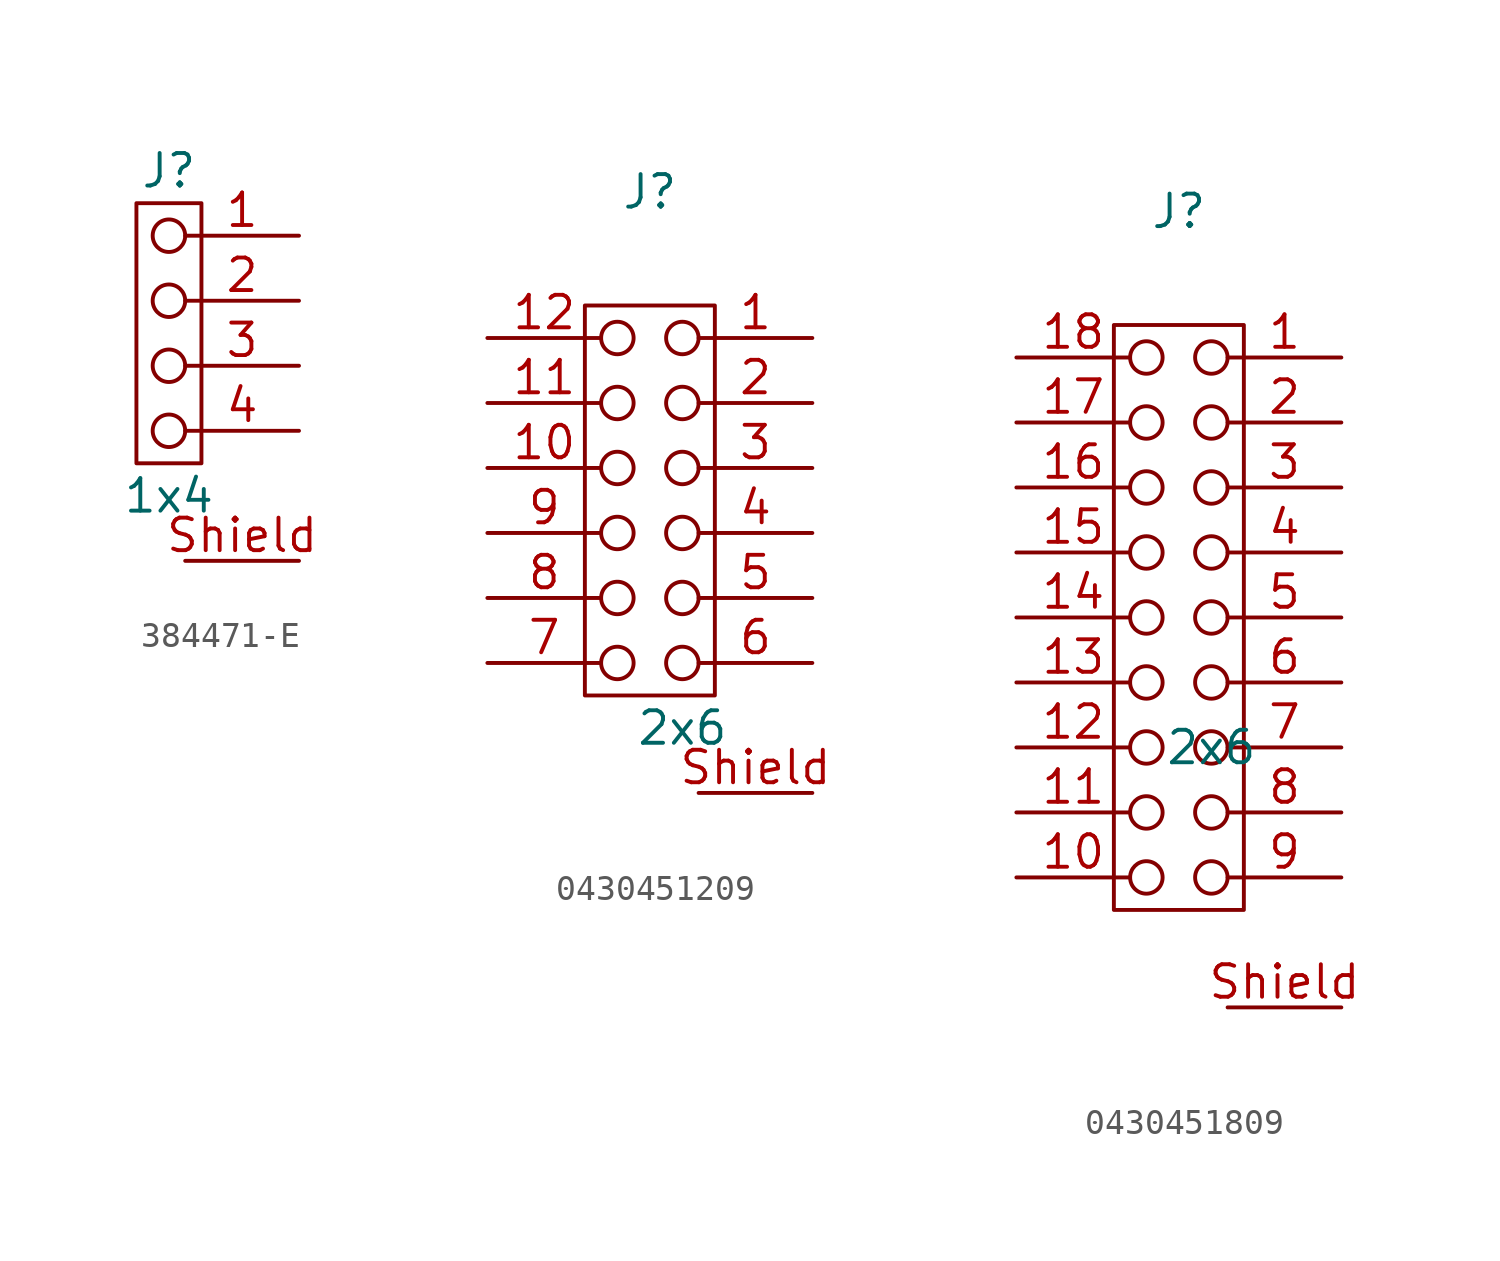
<source format=kicad_sym>
(kicad_symbol_lib
  (version 20241209)
  (generator "kicad_symbol_editor")
  (generator_version "9.0")
  (symbol "384471-E"
    (property "Reference" "J"
      (at 0 10.16 0)
      (effects (font (size 1.27 1.27))))
    (property "Value" "1x4"
      (at 0 -2.54 0)
      (effects (font (size 1.27 1.27))))
    (symbol "384471-E_0_1"
      (rectangle (start -1.27 8.89) (end 1.27 -1.27) (stroke (width 0) (type default)) (fill (type none)))
      (circle (center 0 7.62) (radius 0.635) (stroke (width 0) (type default)) (fill (type none)))
      (circle (center 0 5.08) (radius 0.635) (stroke (width 0) (type default)) (fill (type none)))
      (circle (center 0 2.54) (radius 0.635) (stroke (width 0) (type default)) (fill (type none)))
      (circle (center 0 0) (radius 0.635) (stroke (width 0) (type default)) (fill (type none))))
    (symbol "384471-E_1_1"
      (pin bidirectional line (at 5.08 7.62 180) (length 4.445) (name "1" (effects (font (size 0 0)))) (number "1" (effects (font (size 1.27 1.27)))))
      (pin bidirectional line (at 5.08 5.08 180) (length 4.445) (name "2" (effects (font (size 0 0)))) (number "2" (effects (font (size 1.27 1.27)))))
      (pin bidirectional line (at 5.08 2.54 180) (length 4.445) (name "3" (effects (font (size 0 0)))) (number "3" (effects (font (size 1.27 1.27)))))
      (pin bidirectional line (at 5.08 0 180) (length 4.445) (name "4" (effects (font (size 0 0)))) (number "4" (effects (font (size 1.27 1.27)))))
      (pin bidirectional line (at 5.08 -5.08 180) (length 4.445) (name "Shield" (effects (font (size 0 0)))) (number "Shield" (effects (font (size 1.27 1.27)))))))
  (symbol "0430451209"
    (property "Reference" "J"
      (at -1.27 18.415 0)
      (effects (font (size 1.27 1.27))))
    (property "Value" "2x6"
      (at 0 -2.54 0)
      (effects (font (size 1.27 1.27))))
    (symbol "0430451209_0_1"
      (rectangle (start -3.81 13.97) (end 1.27 -1.27) (stroke (width 0) (type default)) (fill (type none)))
      (circle (center -2.54 12.7) (radius 0.635) (stroke (width 0) (type default)) (fill (type none)))
      (circle (center -2.54 10.16) (radius 0.635) (stroke (width 0) (type default)) (fill (type none)))
      (circle (center -2.54 7.62) (radius 0.635) (stroke (width 0) (type default)) (fill (type none)))
      (circle (center -2.54 5.08) (radius 0.635) (stroke (width 0) (type default)) (fill (type none)))
      (circle (center -2.54 2.54) (radius 0.635) (stroke (width 0) (type default)) (fill (type none)))
      (circle (center -2.54 0) (radius 0.635) (stroke (width 0) (type default)) (fill (type none)))
      (circle (center 0 12.7) (radius 0.635) (stroke (width 0) (type default)) (fill (type none)))
      (circle (center 0 10.16) (radius 0.635) (stroke (width 0) (type default)) (fill (type none)))
      (circle (center 0 7.62) (radius 0.635) (stroke (width 0) (type default)) (fill (type none)))
      (circle (center 0 5.08) (radius 0.635) (stroke (width 0) (type default)) (fill (type none)))
      (circle (center 0 2.54) (radius 0.635) (stroke (width 0) (type default)) (fill (type none)))
      (circle (center 0 0) (radius 0.635) (stroke (width 0) (type default)) (fill (type none))))
    (symbol "0430451209_1_1"
      (pin bidirectional line (at -7.62 12.7 0) (length 4.445) (name "12" (effects (font (size 0 0)))) (number "12" (effects (font (size 1.27 1.27)))))
      (pin bidirectional line (at -7.62 10.16 0) (length 4.445) (name "11" (effects (font (size 0 0)))) (number "11" (effects (font (size 1.27 1.27)))))
      (pin bidirectional line (at -7.62 7.62 0) (length 4.445) (name "10" (effects (font (size 0 0)))) (number "10" (effects (font (size 1.27 1.27)))))
      (pin bidirectional line (at -7.62 5.08 0) (length 4.445) (name "9" (effects (font (size 0 0)))) (number "9" (effects (font (size 1.27 1.27)))))
      (pin bidirectional line (at -7.62 2.54 0) (length 4.445) (name "8" (effects (font (size 0 0)))) (number "8" (effects (font (size 1.27 1.27)))))
      (pin bidirectional line (at -7.62 0 0) (length 4.445) (name "7" (effects (font (size 0 0)))) (number "7" (effects (font (size 1.27 1.27)))))
      (pin bidirectional line (at 5.08 12.7 180) (length 4.445) (name "1" (effects (font (size 0 0)))) (number "1" (effects (font (size 1.27 1.27)))))
      (pin bidirectional line (at 5.08 10.16 180) (length 4.445) (name "2" (effects (font (size 0 0)))) (number "2" (effects (font (size 1.27 1.27)))))
      (pin bidirectional line (at 5.08 7.62 180) (length 4.445) (name "3" (effects (font (size 0 0)))) (number "3" (effects (font (size 1.27 1.27)))))
      (pin bidirectional line (at 5.08 5.08 180) (length 4.445) (name "4" (effects (font (size 0 0)))) (number "4" (effects (font (size 1.27 1.27)))))
      (pin bidirectional line (at 5.08 2.54 180) (length 4.445) (name "5" (effects (font (size 0 0)))) (number "5" (effects (font (size 1.27 1.27)))))
      (pin bidirectional line (at 5.08 0 180) (length 4.445) (name "4" (effects (font (size 0 0)))) (number "6" (effects (font (size 1.27 1.27)))))
      (pin bidirectional line (at 5.08 -5.08 180) (length 4.445) (name "Shield" (effects (font (size 0 0)))) (number "Shield" (effects (font (size 1.27 1.27)))))))
  (symbol "0430451809"
    (property "Reference" "J"
      (at -1.27 18.415 0)
      (effects (font (size 1.27 1.27))))
    (property "Value" "2x6"
      (at 0 -2.54 0)
      (effects (font (size 1.27 1.27))))
    (symbol "0430451809_0_1"
      (rectangle (start -3.81 13.97) (end 1.27 -8.89) (stroke (width 0) (type default)) (fill (type none)))
      (circle (center -2.54 12.7) (radius 0.635) (stroke (width 0) (type default)) (fill (type none)))
      (circle (center -2.54 10.16) (radius 0.635) (stroke (width 0) (type default)) (fill (type none)))
      (circle (center -2.54 7.62) (radius 0.635) (stroke (width 0) (type default)) (fill (type none)))
      (circle (center -2.54 5.08) (radius 0.635) (stroke (width 0) (type default)) (fill (type none)))
      (circle (center -2.54 2.54) (radius 0.635) (stroke (width 0) (type default)) (fill (type none)))
      (circle (center -2.54 0) (radius 0.635) (stroke (width 0) (type default)) (fill (type none)))
      (circle (center -2.54 -2.54) (radius 0.635) (stroke (width 0) (type default)) (fill (type none)))
      (circle (center -2.54 -5.08) (radius 0.635) (stroke (width 0) (type default)) (fill (type none)))
      (circle (center -2.54 -7.62) (radius 0.635) (stroke (width 0) (type default)) (fill (type none)))
      (circle (center 0 12.7) (radius 0.635) (stroke (width 0) (type default)) (fill (type none)))
      (circle (center 0 10.16) (radius 0.635) (stroke (width 0) (type default)) (fill (type none)))
      (circle (center 0 7.62) (radius 0.635) (stroke (width 0) (type default)) (fill (type none)))
      (circle (center 0 5.08) (radius 0.635) (stroke (width 0) (type default)) (fill (type none)))
      (circle (center 0 2.54) (radius 0.635) (stroke (width 0) (type default)) (fill (type none)))
      (circle (center 0 0) (radius 0.635) (stroke (width 0) (type default)) (fill (type none)))
      (circle (center 0 -2.54) (radius 0.635) (stroke (width 0) (type default)) (fill (type none)))
      (circle (center 0 -5.08) (radius 0.635) (stroke (width 0) (type default)) (fill (type none)))
      (circle (center 0 -7.62) (radius 0.635) (stroke (width 0) (type default)) (fill (type none))))
    (symbol "0430451809_1_1"
      (pin bidirectional line (at -7.62 12.7 0) (length 4.445) (name "18" (effects (font (size 0 0)))) (number "18" (effects (font (size 1.27 1.27)))))
      (pin bidirectional line (at -7.62 10.16 0) (length 4.445) (name "17" (effects (font (size 0 0)))) (number "17" (effects (font (size 1.27 1.27)))))
      (pin bidirectional line (at -7.62 7.62 0) (length 4.445) (name "16" (effects (font (size 0 0)))) (number "16" (effects (font (size 1.27 1.27)))))
      (pin bidirectional line (at -7.62 5.08 0) (length 4.445) (name "15" (effects (font (size 0 0)))) (number "15" (effects (font (size 1.27 1.27)))))
      (pin bidirectional line (at -7.62 2.54 0) (length 4.445) (name "14" (effects (font (size 0 0)))) (number "14" (effects (font (size 1.27 1.27)))))
      (pin bidirectional line (at -7.62 0 0) (length 4.445) (name "13" (effects (font (size 0 0)))) (number "13" (effects (font (size 1.27 1.27)))))
      (pin bidirectional line (at -7.62 -2.54 0) (length 4.445) (name "12" (effects (font (size 0 0)))) (number "12" (effects (font (size 1.27 1.27)))))
      (pin bidirectional line (at -7.62 -5.08 0) (length 4.445) (name "11" (effects (font (size 0 0)))) (number "11" (effects (font (size 1.27 1.27)))))
      (pin bidirectional line (at -7.62 -7.62 0) (length 4.445) (name "10" (effects (font (size 0 0)))) (number "10" (effects (font (size 1.27 1.27)))))
      (pin bidirectional line (at 5.08 12.7 180) (length 4.445) (name "1" (effects (font (size 0 0)))) (number "1" (effects (font (size 1.27 1.27)))))
      (pin bidirectional line (at 5.08 10.16 180) (length 4.445) (name "2" (effects (font (size 0 0)))) (number "2" (effects (font (size 1.27 1.27)))))
      (pin bidirectional line (at 5.08 7.62 180) (length 4.445) (name "3" (effects (font (size 0 0)))) (number "3" (effects (font (size 1.27 1.27)))))
      (pin bidirectional line (at 5.08 5.08 180) (length 4.445) (name "4" (effects (font (size 0 0)))) (number "4" (effects (font (size 1.27 1.27)))))
      (pin bidirectional line (at 5.08 2.54 180) (length 4.445) (name "5" (effects (font (size 0 0)))) (number "5" (effects (font (size 1.27 1.27)))))
      (pin bidirectional line (at 5.08 0 180) (length 4.445) (name "4" (effects (font (size 0 0)))) (number "6" (effects (font (size 1.27 1.27)))))
      (pin bidirectional line (at 5.08 -2.54 180) (length 4.445) (name "7" (effects (font (size 0 0)))) (number "7" (effects (font (size 1.27 1.27)))))
      (pin bidirectional line (at 5.08 -5.08 180) (length 4.445) (name "8" (effects (font (size 0 0)))) (number "8" (effects (font (size 1.27 1.27)))))
      (pin bidirectional line (at 5.08 -7.62 180) (length 4.445) (name "9" (effects (font (size 0 0)))) (number "9" (effects (font (size 1.27 1.27)))))
      (pin bidirectional line (at 5.08 -12.7 180) (length 4.445) (name "Shield" (effects (font (size 0 0)))) (number "Shield" (effects (font (size 1.27 1.27))))))))
</source>
